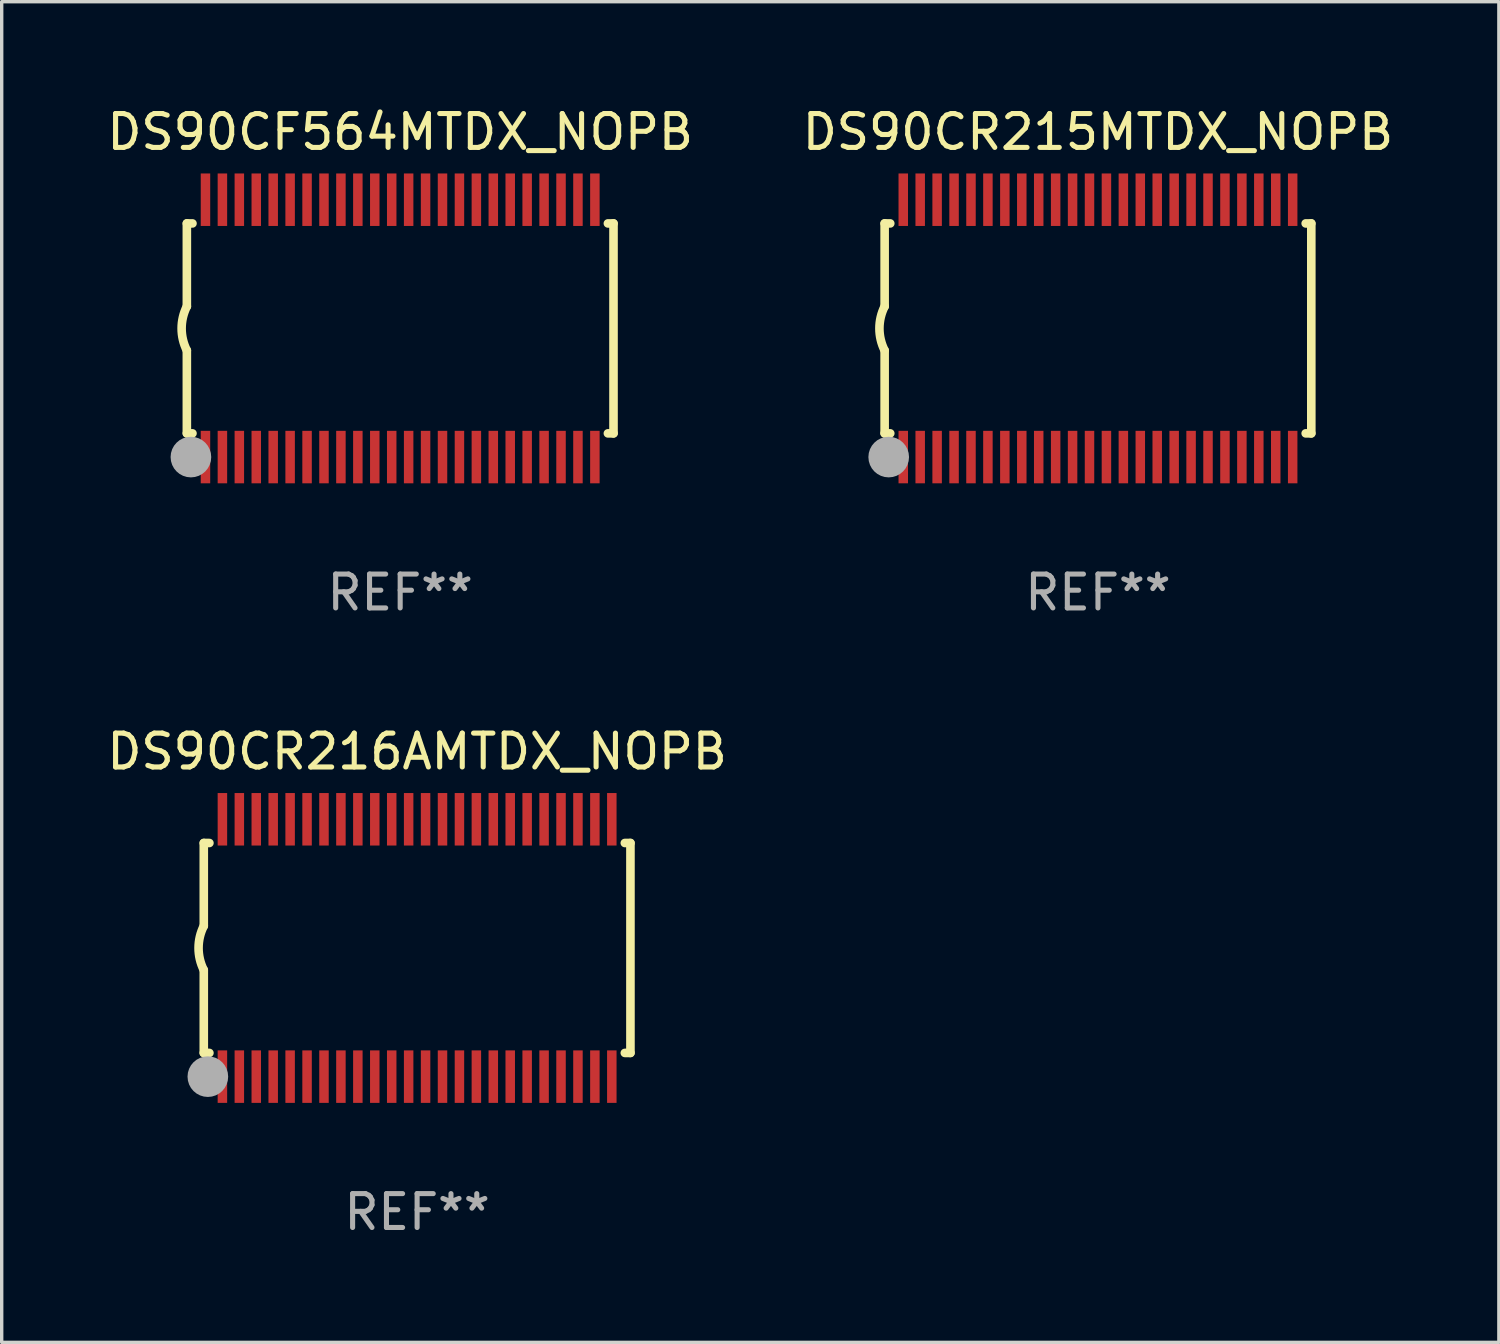
<source format=kicad_pcb>
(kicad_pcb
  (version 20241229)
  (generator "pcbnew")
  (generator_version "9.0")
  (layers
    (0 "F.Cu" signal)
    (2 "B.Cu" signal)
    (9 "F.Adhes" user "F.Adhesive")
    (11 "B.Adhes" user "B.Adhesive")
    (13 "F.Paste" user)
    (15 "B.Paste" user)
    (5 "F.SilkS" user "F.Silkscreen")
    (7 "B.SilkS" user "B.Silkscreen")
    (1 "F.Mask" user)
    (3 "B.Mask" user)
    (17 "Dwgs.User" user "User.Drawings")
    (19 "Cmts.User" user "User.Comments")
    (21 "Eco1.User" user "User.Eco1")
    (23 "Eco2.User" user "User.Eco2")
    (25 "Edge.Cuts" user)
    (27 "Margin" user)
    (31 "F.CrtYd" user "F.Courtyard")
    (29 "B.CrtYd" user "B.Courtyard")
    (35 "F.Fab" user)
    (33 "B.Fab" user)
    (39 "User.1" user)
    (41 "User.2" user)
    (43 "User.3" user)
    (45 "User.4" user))
  (footprint "DS90CR215MTDX_NOPB"
    (layer "F.Cu")
    (at 29.375 6.648)
    (property "Reference" "DS90CR215MTDX_NOPB" (at 0 -5.8 0) (layer "F.SilkS") (effects (font (size 1 1) (thickness 0.15))))
    (attr through_hole)
    (fp_line (start -6.3 -3.1) (end -6.3 -0.65) (stroke (width 0.254) (type solid)) (layer "F.SilkS"))
    (fp_line (start -6.3 -3.1) (end -6.134 -3.1) (stroke (width 0.254) (type solid)) (layer "F.SilkS"))
    (fp_line (start -6.3 3.1) (end -6.3 0.65) (stroke (width 0.254) (type solid)) (layer "F.SilkS"))
    (fp_line (start -6.3 3.1) (end -6.134 3.1) (stroke (width 0.254) (type solid)) (layer "F.SilkS"))
    (fp_line (start 6.134 -3.1) (end 6.3 -3.1) (stroke (width 0.254) (type solid)) (layer "F.SilkS"))
    (fp_line (start 6.134 3.1) (end 6.3 3.1) (stroke (width 0.254) (type solid)) (layer "F.SilkS"))
    (fp_line (start 6.3 -3.1) (end 6.3 3.1) (stroke (width 0.254) (type solid)) (layer "F.SilkS"))
    (fp_arc (start -6.301016 0.650114) (mid -6.45413 -0.000082) (end -6.3 -0.650038) (stroke (width 0.254001) (type solid)) (layer "F.SilkS"))
    (fp_circle (center -6.35 3.81) (end -6.223 3.81) (stroke (width 0.254) (type solid)) (fill no) (layer "F.SilkS"))
    (fp_circle (center -6.25 4.05) (end -6.22 4.05) (stroke (width 0.06) (type solid)) (fill no) (layer "F.SilkS"))
    (fp_circle (center -6.18 3.8) (end -5.88 3.8) (stroke (width 0.6) (type solid)) (fill no) (layer "F.Fab"))
    (fp_text user "REF**" (at 0 7.8 0) (layer "F.Fab") (effects (font (size 1 1) (thickness 0.15))))
    (pad "1" smd rect (at -5.75 3.8) (size 0.28 1.55) (layers "F.Cu" "F.Mask" "F.Paste"))
    (pad "2" smd rect (at -5.25 3.8) (size 0.28 1.55) (layers "F.Cu" "F.Mask" "F.Paste"))
    (pad "3" smd rect (at -4.75 3.8) (size 0.28 1.55) (layers "F.Cu" "F.Mask" "F.Paste"))
    (pad "4" smd rect (at -4.25 3.8) (size 0.28 1.55) (layers "F.Cu" "F.Mask" "F.Paste"))
    (pad "5" smd rect (at -3.75 3.8) (size 0.28 1.55) (layers "F.Cu" "F.Mask" "F.Paste"))
    (pad "6" smd rect (at -3.25 3.8) (size 0.28 1.55) (layers "F.Cu" "F.Mask" "F.Paste"))
    (pad "7" smd rect (at -2.75 3.8) (size 0.28 1.55) (layers "F.Cu" "F.Mask" "F.Paste"))
    (pad "8" smd rect (at -2.25 3.8) (size 0.28 1.55) (layers "F.Cu" "F.Mask" "F.Paste"))
    (pad "9" smd rect (at -1.75 3.8) (size 0.28 1.55) (layers "F.Cu" "F.Mask" "F.Paste"))
    (pad "10" smd rect (at -1.25 3.8) (size 0.28 1.55) (layers "F.Cu" "F.Mask" "F.Paste"))
    (pad "11" smd rect (at -0.75 3.8) (size 0.28 1.55) (layers "F.Cu" "F.Mask" "F.Paste"))
    (pad "12" smd rect (at -0.25 3.8) (size 0.28 1.55) (layers "F.Cu" "F.Mask" "F.Paste"))
    (pad "13" smd rect (at 0.25 3.8) (size 0.28 1.55) (layers "F.Cu" "F.Mask" "F.Paste"))
    (pad "14" smd rect (at 0.75 3.8) (size 0.28 1.55) (layers "F.Cu" "F.Mask" "F.Paste"))
    (pad "15" smd rect (at 1.25 3.8) (size 0.28 1.55) (layers "F.Cu" "F.Mask" "F.Paste"))
    (pad "16" smd rect (at 1.75 3.8) (size 0.28 1.55) (layers "F.Cu" "F.Mask" "F.Paste"))
    (pad "17" smd rect (at 2.25 3.8) (size 0.28 1.55) (layers "F.Cu" "F.Mask" "F.Paste"))
    (pad "18" smd rect (at 2.75 3.8) (size 0.28 1.55) (layers "F.Cu" "F.Mask" "F.Paste"))
    (pad "19" smd rect (at 3.25 3.8) (size 0.28 1.55) (layers "F.Cu" "F.Mask" "F.Paste"))
    (pad "20" smd rect (at 3.75 3.8) (size 0.28 1.55) (layers "F.Cu" "F.Mask" "F.Paste"))
    (pad "21" smd rect (at 4.25 3.8) (size 0.28 1.55) (layers "F.Cu" "F.Mask" "F.Paste"))
    (pad "22" smd rect (at 4.75 3.8) (size 0.28 1.55) (layers "F.Cu" "F.Mask" "F.Paste"))
    (pad "23" smd rect (at 5.25 3.8) (size 0.28 1.55) (layers "F.Cu" "F.Mask" "F.Paste"))
    (pad "24" smd rect (at 5.75 3.8) (size 0.28 1.55) (layers "F.Cu" "F.Mask" "F.Paste"))
    (pad "25" smd rect (at 5.75 -3.8) (size 0.28 1.55) (layers "F.Cu" "F.Mask" "F.Paste"))
    (pad "26" smd rect (at 5.25 -3.8) (size 0.28 1.55) (layers "F.Cu" "F.Mask" "F.Paste"))
    (pad "27" smd rect (at 4.75 -3.8) (size 0.28 1.55) (layers "F.Cu" "F.Mask" "F.Paste"))
    (pad "28" smd rect (at 4.25 -3.8) (size 0.28 1.55) (layers "F.Cu" "F.Mask" "F.Paste"))
    (pad "29" smd rect (at 3.75 -3.8) (size 0.28 1.55) (layers "F.Cu" "F.Mask" "F.Paste"))
    (pad "30" smd rect (at 3.25 -3.8) (size 0.28 1.55) (layers "F.Cu" "F.Mask" "F.Paste"))
    (pad "31" smd rect (at 2.75 -3.8) (size 0.28 1.55) (layers "F.Cu" "F.Mask" "F.Paste"))
    (pad "32" smd rect (at 2.25 -3.8) (size 0.28 1.55) (layers "F.Cu" "F.Mask" "F.Paste"))
    (pad "33" smd rect (at 1.75 -3.8) (size 0.28 1.55) (layers "F.Cu" "F.Mask" "F.Paste"))
    (pad "34" smd rect (at 1.25 -3.8) (size 0.28 1.55) (layers "F.Cu" "F.Mask" "F.Paste"))
    (pad "35" smd rect (at 0.75 -3.8) (size 0.28 1.55) (layers "F.Cu" "F.Mask" "F.Paste"))
    (pad "36" smd rect (at 0.25 -3.8) (size 0.28 1.55) (layers "F.Cu" "F.Mask" "F.Paste"))
    (pad "37" smd rect (at -0.25 -3.8) (size 0.28 1.55) (layers "F.Cu" "F.Mask" "F.Paste"))
    (pad "38" smd rect (at -0.75 -3.8) (size 0.28 1.55) (layers "F.Cu" "F.Mask" "F.Paste"))
    (pad "39" smd rect (at -1.25 -3.8) (size 0.28 1.55) (layers "F.Cu" "F.Mask" "F.Paste"))
    (pad "40" smd rect (at -1.75 -3.8) (size 0.28 1.55) (layers "F.Cu" "F.Mask" "F.Paste"))
    (pad "41" smd rect (at -2.25 -3.8) (size 0.28 1.55) (layers "F.Cu" "F.Mask" "F.Paste"))
    (pad "42" smd rect (at -2.75 -3.8) (size 0.28 1.55) (layers "F.Cu" "F.Mask" "F.Paste"))
    (pad "43" smd rect (at -3.25 -3.8) (size 0.28 1.55) (layers "F.Cu" "F.Mask" "F.Paste"))
    (pad "44" smd rect (at -3.75 -3.8) (size 0.28 1.55) (layers "F.Cu" "F.Mask" "F.Paste"))
    (pad "45" smd rect (at -4.25 -3.8) (size 0.28 1.55) (layers "F.Cu" "F.Mask" "F.Paste"))
    (pad "46" smd rect (at -4.75 -3.8) (size 0.28 1.55) (layers "F.Cu" "F.Mask" "F.Paste"))
    (pad "47" smd rect (at -5.25 -3.8) (size 0.28 1.55) (layers "F.Cu" "F.Mask" "F.Paste"))
    (pad "48" smd rect (at -5.75 -3.8) (size 0.28 1.55) (layers "F.Cu" "F.Mask" "F.Paste")))
  (footprint "DS90CF564MTDX_NOPB"
    (layer "F.Cu")
    (at 8.768 6.648)
    (property "Reference" "DS90CF564MTDX_NOPB" (at 0 -5.8 0) (layer "F.SilkS") (effects (font (size 1 1) (thickness 0.15))))
    (attr through_hole)
    (fp_line (start -6.3 -3.1) (end -6.3 -0.65) (stroke (width 0.254) (type solid)) (layer "F.SilkS"))
    (fp_line (start -6.3 -3.1) (end -6.134 -3.1) (stroke (width 0.254) (type solid)) (layer "F.SilkS"))
    (fp_line (start -6.3 3.1) (end -6.3 0.65) (stroke (width 0.254) (type solid)) (layer "F.SilkS"))
    (fp_line (start -6.3 3.1) (end -6.134 3.1) (stroke (width 0.254) (type solid)) (layer "F.SilkS"))
    (fp_line (start 6.134 -3.1) (end 6.3 -3.1) (stroke (width 0.254) (type solid)) (layer "F.SilkS"))
    (fp_line (start 6.134 3.1) (end 6.3 3.1) (stroke (width 0.254) (type solid)) (layer "F.SilkS"))
    (fp_line (start 6.3 -3.1) (end 6.3 3.1) (stroke (width 0.254) (type solid)) (layer "F.SilkS"))
    (fp_arc (start -6.301016 0.650114) (mid -6.45413 -0.000082) (end -6.3 -0.650038) (stroke (width 0.254001) (type solid)) (layer "F.SilkS"))
    (fp_circle (center -6.35 3.81) (end -6.223 3.81) (stroke (width 0.254) (type solid)) (fill no) (layer "F.SilkS"))
    (fp_circle (center -6.25 4.05) (end -6.22 4.05) (stroke (width 0.06) (type solid)) (fill no) (layer "F.SilkS"))
    (fp_circle (center -6.18 3.8) (end -5.88 3.8) (stroke (width 0.6) (type solid)) (fill no) (layer "F.Fab"))
    (fp_text user "REF**" (at 0 7.8 0) (layer "F.Fab") (effects (font (size 1 1) (thickness 0.15))))
    (pad "1" smd rect (at -5.75 3.8) (size 0.28 1.55) (layers "F.Cu" "F.Mask" "F.Paste"))
    (pad "2" smd rect (at -5.25 3.8) (size 0.28 1.55) (layers "F.Cu" "F.Mask" "F.Paste"))
    (pad "3" smd rect (at -4.75 3.8) (size 0.28 1.55) (layers "F.Cu" "F.Mask" "F.Paste"))
    (pad "4" smd rect (at -4.25 3.8) (size 0.28 1.55) (layers "F.Cu" "F.Mask" "F.Paste"))
    (pad "5" smd rect (at -3.75 3.8) (size 0.28 1.55) (layers "F.Cu" "F.Mask" "F.Paste"))
    (pad "6" smd rect (at -3.25 3.8) (size 0.28 1.55) (layers "F.Cu" "F.Mask" "F.Paste"))
    (pad "7" smd rect (at -2.75 3.8) (size 0.28 1.55) (layers "F.Cu" "F.Mask" "F.Paste"))
    (pad "8" smd rect (at -2.25 3.8) (size 0.28 1.55) (layers "F.Cu" "F.Mask" "F.Paste"))
    (pad "9" smd rect (at -1.75 3.8) (size 0.28 1.55) (layers "F.Cu" "F.Mask" "F.Paste"))
    (pad "10" smd rect (at -1.25 3.8) (size 0.28 1.55) (layers "F.Cu" "F.Mask" "F.Paste"))
    (pad "11" smd rect (at -0.75 3.8) (size 0.28 1.55) (layers "F.Cu" "F.Mask" "F.Paste"))
    (pad "12" smd rect (at -0.25 3.8) (size 0.28 1.55) (layers "F.Cu" "F.Mask" "F.Paste"))
    (pad "13" smd rect (at 0.25 3.8) (size 0.28 1.55) (layers "F.Cu" "F.Mask" "F.Paste"))
    (pad "14" smd rect (at 0.75 3.8) (size 0.28 1.55) (layers "F.Cu" "F.Mask" "F.Paste"))
    (pad "15" smd rect (at 1.25 3.8) (size 0.28 1.55) (layers "F.Cu" "F.Mask" "F.Paste"))
    (pad "16" smd rect (at 1.75 3.8) (size 0.28 1.55) (layers "F.Cu" "F.Mask" "F.Paste"))
    (pad "17" smd rect (at 2.25 3.8) (size 0.28 1.55) (layers "F.Cu" "F.Mask" "F.Paste"))
    (pad "18" smd rect (at 2.75 3.8) (size 0.28 1.55) (layers "F.Cu" "F.Mask" "F.Paste"))
    (pad "19" smd rect (at 3.25 3.8) (size 0.28 1.55) (layers "F.Cu" "F.Mask" "F.Paste"))
    (pad "20" smd rect (at 3.75 3.8) (size 0.28 1.55) (layers "F.Cu" "F.Mask" "F.Paste"))
    (pad "21" smd rect (at 4.25 3.8) (size 0.28 1.55) (layers "F.Cu" "F.Mask" "F.Paste"))
    (pad "22" smd rect (at 4.75 3.8) (size 0.28 1.55) (layers "F.Cu" "F.Mask" "F.Paste"))
    (pad "23" smd rect (at 5.25 3.8) (size 0.28 1.55) (layers "F.Cu" "F.Mask" "F.Paste"))
    (pad "24" smd rect (at 5.75 3.8) (size 0.28 1.55) (layers "F.Cu" "F.Mask" "F.Paste"))
    (pad "25" smd rect (at 5.75 -3.8) (size 0.28 1.55) (layers "F.Cu" "F.Mask" "F.Paste"))
    (pad "26" smd rect (at 5.25 -3.8) (size 0.28 1.55) (layers "F.Cu" "F.Mask" "F.Paste"))
    (pad "27" smd rect (at 4.75 -3.8) (size 0.28 1.55) (layers "F.Cu" "F.Mask" "F.Paste"))
    (pad "28" smd rect (at 4.25 -3.8) (size 0.28 1.55) (layers "F.Cu" "F.Mask" "F.Paste"))
    (pad "29" smd rect (at 3.75 -3.8) (size 0.28 1.55) (layers "F.Cu" "F.Mask" "F.Paste"))
    (pad "30" smd rect (at 3.25 -3.8) (size 0.28 1.55) (layers "F.Cu" "F.Mask" "F.Paste"))
    (pad "31" smd rect (at 2.75 -3.8) (size 0.28 1.55) (layers "F.Cu" "F.Mask" "F.Paste"))
    (pad "32" smd rect (at 2.25 -3.8) (size 0.28 1.55) (layers "F.Cu" "F.Mask" "F.Paste"))
    (pad "33" smd rect (at 1.75 -3.8) (size 0.28 1.55) (layers "F.Cu" "F.Mask" "F.Paste"))
    (pad "34" smd rect (at 1.25 -3.8) (size 0.28 1.55) (layers "F.Cu" "F.Mask" "F.Paste"))
    (pad "35" smd rect (at 0.75 -3.8) (size 0.28 1.55) (layers "F.Cu" "F.Mask" "F.Paste"))
    (pad "36" smd rect (at 0.25 -3.8) (size 0.28 1.55) (layers "F.Cu" "F.Mask" "F.Paste"))
    (pad "37" smd rect (at -0.25 -3.8) (size 0.28 1.55) (layers "F.Cu" "F.Mask" "F.Paste"))
    (pad "38" smd rect (at -0.75 -3.8) (size 0.28 1.55) (layers "F.Cu" "F.Mask" "F.Paste"))
    (pad "39" smd rect (at -1.25 -3.8) (size 0.28 1.55) (layers "F.Cu" "F.Mask" "F.Paste"))
    (pad "40" smd rect (at -1.75 -3.8) (size 0.28 1.55) (layers "F.Cu" "F.Mask" "F.Paste"))
    (pad "41" smd rect (at -2.25 -3.8) (size 0.28 1.55) (layers "F.Cu" "F.Mask" "F.Paste"))
    (pad "42" smd rect (at -2.75 -3.8) (size 0.28 1.55) (layers "F.Cu" "F.Mask" "F.Paste"))
    (pad "43" smd rect (at -3.25 -3.8) (size 0.28 1.55) (layers "F.Cu" "F.Mask" "F.Paste"))
    (pad "44" smd rect (at -3.75 -3.8) (size 0.28 1.55) (layers "F.Cu" "F.Mask" "F.Paste"))
    (pad "45" smd rect (at -4.25 -3.8) (size 0.28 1.55) (layers "F.Cu" "F.Mask" "F.Paste"))
    (pad "46" smd rect (at -4.75 -3.8) (size 0.28 1.55) (layers "F.Cu" "F.Mask" "F.Paste"))
    (pad "47" smd rect (at -5.25 -3.8) (size 0.28 1.55) (layers "F.Cu" "F.Mask" "F.Paste"))
    (pad "48" smd rect (at -5.75 -3.8) (size 0.28 1.55) (layers "F.Cu" "F.Mask" "F.Paste")))
  (footprint "DS90CR216AMTDX_NOPB"
    (layer "F.Cu")
    (at 9.268 24.945)
    (property "Reference" "DS90CR216AMTDX_NOPB" (at 0 -5.8 0) (layer "F.SilkS") (effects (font (size 1 1) (thickness 0.15))))
    (attr through_hole)
    (fp_line (start -6.3 -3.1) (end -6.3 -0.65) (stroke (width 0.254) (type solid)) (layer "F.SilkS"))
    (fp_line (start -6.3 -3.1) (end -6.134 -3.1) (stroke (width 0.254) (type solid)) (layer "F.SilkS"))
    (fp_line (start -6.3 3.1) (end -6.3 0.65) (stroke (width 0.254) (type solid)) (layer "F.SilkS"))
    (fp_line (start -6.3 3.1) (end -6.134 3.1) (stroke (width 0.254) (type solid)) (layer "F.SilkS"))
    (fp_line (start 6.134 -3.1) (end 6.3 -3.1) (stroke (width 0.254) (type solid)) (layer "F.SilkS"))
    (fp_line (start 6.134 3.1) (end 6.3 3.1) (stroke (width 0.254) (type solid)) (layer "F.SilkS"))
    (fp_line (start 6.3 -3.1) (end 6.3 3.1) (stroke (width 0.254) (type solid)) (layer "F.SilkS"))
    (fp_arc (start -6.301016 0.650114) (mid -6.45413 -0.000082) (end -6.3 -0.650038) (stroke (width 0.254001) (type solid)) (layer "F.SilkS"))
    (fp_circle (center -6.35 3.81) (end -6.223 3.81) (stroke (width 0.254) (type solid)) (fill no) (layer "F.SilkS"))
    (fp_circle (center -6.25 4.05) (end -6.22 4.05) (stroke (width 0.06) (type solid)) (fill no) (layer "F.SilkS"))
    (fp_circle (center -6.18 3.8) (end -5.88 3.8) (stroke (width 0.6) (type solid)) (fill no) (layer "F.Fab"))
    (fp_text user "REF**" (at 0 7.8 0) (layer "F.Fab") (effects (font (size 1 1) (thickness 0.15))))
    (pad "1" smd rect (at -5.75 3.8) (size 0.28 1.55) (layers "F.Cu" "F.Mask" "F.Paste"))
    (pad "2" smd rect (at -5.25 3.8) (size 0.28 1.55) (layers "F.Cu" "F.Mask" "F.Paste"))
    (pad "3" smd rect (at -4.75 3.8) (size 0.28 1.55) (layers "F.Cu" "F.Mask" "F.Paste"))
    (pad "4" smd rect (at -4.25 3.8) (size 0.28 1.55) (layers "F.Cu" "F.Mask" "F.Paste"))
    (pad "5" smd rect (at -3.75 3.8) (size 0.28 1.55) (layers "F.Cu" "F.Mask" "F.Paste"))
    (pad "6" smd rect (at -3.25 3.8) (size 0.28 1.55) (layers "F.Cu" "F.Mask" "F.Paste"))
    (pad "7" smd rect (at -2.75 3.8) (size 0.28 1.55) (layers "F.Cu" "F.Mask" "F.Paste"))
    (pad "8" smd rect (at -2.25 3.8) (size 0.28 1.55) (layers "F.Cu" "F.Mask" "F.Paste"))
    (pad "9" smd rect (at -1.75 3.8) (size 0.28 1.55) (layers "F.Cu" "F.Mask" "F.Paste"))
    (pad "10" smd rect (at -1.25 3.8) (size 0.28 1.55) (layers "F.Cu" "F.Mask" "F.Paste"))
    (pad "11" smd rect (at -0.75 3.8) (size 0.28 1.55) (layers "F.Cu" "F.Mask" "F.Paste"))
    (pad "12" smd rect (at -0.25 3.8) (size 0.28 1.55) (layers "F.Cu" "F.Mask" "F.Paste"))
    (pad "13" smd rect (at 0.25 3.8) (size 0.28 1.55) (layers "F.Cu" "F.Mask" "F.Paste"))
    (pad "14" smd rect (at 0.75 3.8) (size 0.28 1.55) (layers "F.Cu" "F.Mask" "F.Paste"))
    (pad "15" smd rect (at 1.25 3.8) (size 0.28 1.55) (layers "F.Cu" "F.Mask" "F.Paste"))
    (pad "16" smd rect (at 1.75 3.8) (size 0.28 1.55) (layers "F.Cu" "F.Mask" "F.Paste"))
    (pad "17" smd rect (at 2.25 3.8) (size 0.28 1.55) (layers "F.Cu" "F.Mask" "F.Paste"))
    (pad "18" smd rect (at 2.75 3.8) (size 0.28 1.55) (layers "F.Cu" "F.Mask" "F.Paste"))
    (pad "19" smd rect (at 3.25 3.8) (size 0.28 1.55) (layers "F.Cu" "F.Mask" "F.Paste"))
    (pad "20" smd rect (at 3.75 3.8) (size 0.28 1.55) (layers "F.Cu" "F.Mask" "F.Paste"))
    (pad "21" smd rect (at 4.25 3.8) (size 0.28 1.55) (layers "F.Cu" "F.Mask" "F.Paste"))
    (pad "22" smd rect (at 4.75 3.8) (size 0.28 1.55) (layers "F.Cu" "F.Mask" "F.Paste"))
    (pad "23" smd rect (at 5.25 3.8) (size 0.28 1.55) (layers "F.Cu" "F.Mask" "F.Paste"))
    (pad "24" smd rect (at 5.75 3.8) (size 0.28 1.55) (layers "F.Cu" "F.Mask" "F.Paste"))
    (pad "25" smd rect (at 5.75 -3.8) (size 0.28 1.55) (layers "F.Cu" "F.Mask" "F.Paste"))
    (pad "26" smd rect (at 5.25 -3.8) (size 0.28 1.55) (layers "F.Cu" "F.Mask" "F.Paste"))
    (pad "27" smd rect (at 4.75 -3.8) (size 0.28 1.55) (layers "F.Cu" "F.Mask" "F.Paste"))
    (pad "28" smd rect (at 4.25 -3.8) (size 0.28 1.55) (layers "F.Cu" "F.Mask" "F.Paste"))
    (pad "29" smd rect (at 3.75 -3.8) (size 0.28 1.55) (layers "F.Cu" "F.Mask" "F.Paste"))
    (pad "30" smd rect (at 3.25 -3.8) (size 0.28 1.55) (layers "F.Cu" "F.Mask" "F.Paste"))
    (pad "31" smd rect (at 2.75 -3.8) (size 0.28 1.55) (layers "F.Cu" "F.Mask" "F.Paste"))
    (pad "32" smd rect (at 2.25 -3.8) (size 0.28 1.55) (layers "F.Cu" "F.Mask" "F.Paste"))
    (pad "33" smd rect (at 1.75 -3.8) (size 0.28 1.55) (layers "F.Cu" "F.Mask" "F.Paste"))
    (pad "34" smd rect (at 1.25 -3.8) (size 0.28 1.55) (layers "F.Cu" "F.Mask" "F.Paste"))
    (pad "35" smd rect (at 0.75 -3.8) (size 0.28 1.55) (layers "F.Cu" "F.Mask" "F.Paste"))
    (pad "36" smd rect (at 0.25 -3.8) (size 0.28 1.55) (layers "F.Cu" "F.Mask" "F.Paste"))
    (pad "37" smd rect (at -0.25 -3.8) (size 0.28 1.55) (layers "F.Cu" "F.Mask" "F.Paste"))
    (pad "38" smd rect (at -0.75 -3.8) (size 0.28 1.55) (layers "F.Cu" "F.Mask" "F.Paste"))
    (pad "39" smd rect (at -1.25 -3.8) (size 0.28 1.55) (layers "F.Cu" "F.Mask" "F.Paste"))
    (pad "40" smd rect (at -1.75 -3.8) (size 0.28 1.55) (layers "F.Cu" "F.Mask" "F.Paste"))
    (pad "41" smd rect (at -2.25 -3.8) (size 0.28 1.55) (layers "F.Cu" "F.Mask" "F.Paste"))
    (pad "42" smd rect (at -2.75 -3.8) (size 0.28 1.55) (layers "F.Cu" "F.Mask" "F.Paste"))
    (pad "43" smd rect (at -3.25 -3.8) (size 0.28 1.55) (layers "F.Cu" "F.Mask" "F.Paste"))
    (pad "44" smd rect (at -3.75 -3.8) (size 0.28 1.55) (layers "F.Cu" "F.Mask" "F.Paste"))
    (pad "45" smd rect (at -4.25 -3.8) (size 0.28 1.55) (layers "F.Cu" "F.Mask" "F.Paste"))
    (pad "46" smd rect (at -4.75 -3.8) (size 0.28 1.55) (layers "F.Cu" "F.Mask" "F.Paste"))
    (pad "47" smd rect (at -5.25 -3.8) (size 0.28 1.55) (layers "F.Cu" "F.Mask" "F.Paste"))
    (pad "48" smd rect (at -5.75 -3.8) (size 0.28 1.55) (layers "F.Cu" "F.Mask" "F.Paste")))
  (gr_rect
    (start -3 -3)
    (end 41.214 36.593)
    (stroke (width 0.1) (type default))
    (fill no)
    (layer "Edge.Cuts")))
</source>
